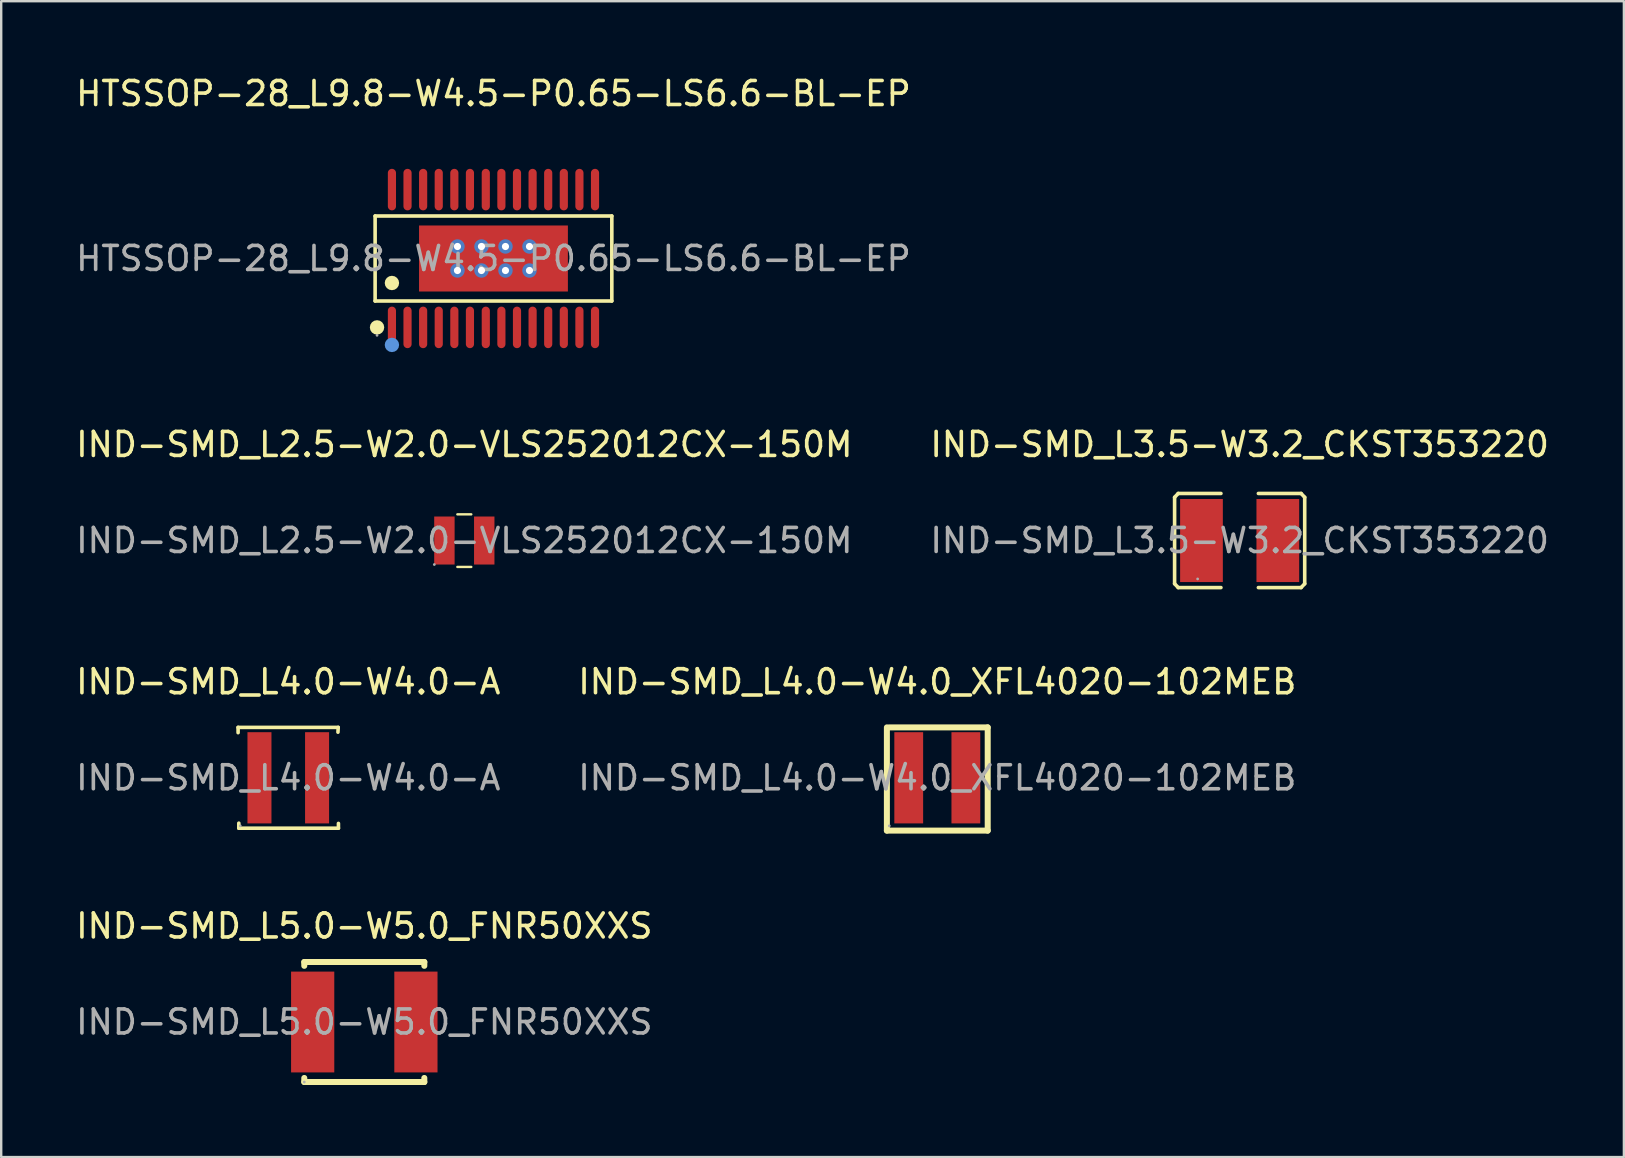
<source format=kicad_pcb>
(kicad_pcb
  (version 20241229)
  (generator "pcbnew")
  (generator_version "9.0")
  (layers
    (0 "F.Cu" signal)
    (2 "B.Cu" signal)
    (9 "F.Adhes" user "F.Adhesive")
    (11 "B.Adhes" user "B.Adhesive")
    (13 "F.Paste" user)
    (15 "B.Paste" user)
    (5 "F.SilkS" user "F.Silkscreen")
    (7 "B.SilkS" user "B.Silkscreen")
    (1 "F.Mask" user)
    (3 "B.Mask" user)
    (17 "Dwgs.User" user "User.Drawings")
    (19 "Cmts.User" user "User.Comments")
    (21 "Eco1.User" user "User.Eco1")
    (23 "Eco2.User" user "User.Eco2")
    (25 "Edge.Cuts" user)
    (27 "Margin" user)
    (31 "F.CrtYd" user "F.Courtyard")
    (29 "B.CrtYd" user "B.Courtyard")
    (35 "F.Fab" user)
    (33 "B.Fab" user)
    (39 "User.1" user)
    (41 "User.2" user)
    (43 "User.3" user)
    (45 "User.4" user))
  (footprint "IND-SMD_L4.0-W4.0-A"
    (layer "F.Cu")
    (at 8.958 29.35)
    (property "Reference" "IND-SMD_L4.0-W4.0-A" (at 0 -4 0) (layer "F.SilkS") (effects (font (size 1 1) (thickness 0.15))))
    (attr smd)
    (fp_line (start -2.09 -2.1) (end -2.09 -1.88) (stroke (width 0.15) (type solid)) (layer "F.SilkS"))
    (fp_line (start -2.06 1.89) (end -2.06 2.1) (stroke (width 0.15) (type solid)) (layer "F.SilkS"))
    (fp_line (start -2.06 2.1) (end 2.09 2.1) (stroke (width 0.15) (type solid)) (layer "F.SilkS"))
    (fp_line (start 2.07 -1.9) (end 2.08 -2.1) (stroke (width 0.15) (type solid)) (layer "F.SilkS"))
    (fp_line (start 2.08 -2.1) (end -2.09 -2.1) (stroke (width 0.15) (type solid)) (layer "F.SilkS"))
    (fp_line (start 2.09 2.1) (end 2.09 1.9) (stroke (width 0.15) (type solid)) (layer "F.SilkS"))
    (fp_circle (center -2 2) (end -1.97 2) (stroke (width 0.06) (type solid)) (fill no) (layer "F.Fab"))
    (fp_text user "${REFERENCE}" (at 0 0 0) (layer "F.Fab") (effects (font (size 1 1) (thickness 0.15))))
    (pad "1" smd rect (at -1.2 0) (size 1 3.8) (layers "F.Cu" "F.Mask" "F.Paste"))
    (pad "2" smd rect (at 1.2 0) (size 1 3.8) (layers "F.Cu" "F.Mask" "F.Paste")))
  (footprint "IND-SMD_L3.5-W3.2_CKST353220"
    (layer "F.Cu")
    (at 48.589 19.466)
    (property "Reference" "IND-SMD_L3.5-W3.2_CKST353220" (at 0 -4 0) (layer "F.SilkS") (effects (font (size 1 1) (thickness 0.15))))
    (attr smd)
    (fp_line (start -2.71 -1.8) (end -2.71 1.8) (stroke (width 0.15) (type solid)) (layer "F.SilkS"))
    (fp_line (start -2.71 1.8) (end -2.56 1.96) (stroke (width 0.15) (type solid)) (layer "F.SilkS"))
    (fp_line (start -2.56 -1.96) (end -2.71 -1.8) (stroke (width 0.15) (type solid)) (layer "F.SilkS"))
    (fp_line (start -2.56 1.96) (end -0.78 1.96) (stroke (width 0.15) (type solid)) (layer "F.SilkS"))
    (fp_line (start -0.78 -1.96) (end -2.56 -1.96) (stroke (width 0.15) (type solid)) (layer "F.SilkS"))
    (fp_line (start 0.78 -1.96) (end 2.56 -1.96) (stroke (width 0.15) (type solid)) (layer "F.SilkS"))
    (fp_line (start 2.56 -1.96) (end 2.71 -1.8) (stroke (width 0.15) (type solid)) (layer "F.SilkS"))
    (fp_line (start 2.56 1.96) (end 0.78 1.96) (stroke (width 0.15) (type solid)) (layer "F.SilkS"))
    (fp_line (start 2.71 -1.8) (end 2.71 1.8) (stroke (width 0.15) (type solid)) (layer "F.SilkS"))
    (fp_line (start 2.71 1.8) (end 2.56 1.96) (stroke (width 0.15) (type solid)) (layer "F.SilkS"))
    (fp_circle (center -1.75 1.6) (end -1.72 1.6) (stroke (width 0.06) (type solid)) (fill no) (layer "F.Fab"))
    (fp_text user "${REFERENCE}" (at 0 0 0) (layer "F.Fab") (effects (font (size 1 1) (thickness 0.15))))
    (pad "1" smd rect (at -1.59 0) (size 1.78 3.46) (layers "F.Cu" "F.Mask" "F.Paste"))
    (pad "2" smd rect (at 1.59 0) (size 1.78 3.46) (layers "F.Cu" "F.Mask" "F.Paste")))
  (footprint "IND-SMD_L5.0-W5.0_FNR50XXS"
    (layer "F.Cu")
    (at 12.125 39.523)
    (property "Reference" "IND-SMD_L5.0-W5.0_FNR50XXS" (at 0 -4 0) (layer "F.SilkS") (effects (font (size 1 1) (thickness 0.15))))
    (attr smd)
    (fp_line (start -2.5 -2.5) (end -2.5 -2.34) (stroke (width 0.25) (type solid)) (layer "F.SilkS"))
    (fp_line (start -2.5 -2.5) (end 2.5 -2.5) (stroke (width 0.25) (type solid)) (layer "F.SilkS"))
    (fp_line (start -2.5 2.33) (end -2.5 2.5) (stroke (width 0.25) (type solid)) (layer "F.SilkS"))
    (fp_line (start -2.5 2.5) (end 2.5 2.5) (stroke (width 0.25) (type solid)) (layer "F.SilkS"))
    (fp_line (start 2.5 -2.34) (end 2.5 -2.5) (stroke (width 0.25) (type solid)) (layer "F.SilkS"))
    (fp_line (start 2.5 2.5) (end 2.5 2.33) (stroke (width 0.25) (type solid)) (layer "F.SilkS"))
    (fp_circle (center -2.5 2.5) (end -2.47 2.5) (stroke (width 0.06) (type solid)) (fill no) (layer "F.Fab"))
    (fp_text user "${REFERENCE}" (at 0 0 0) (layer "F.Fab") (effects (font (size 1 1) (thickness 0.15))))
    (pad "1" smd rect (at -2.15 0) (size 1.8 4.2) (layers "F.Cu" "F.Mask" "F.Paste"))
    (pad "2" smd rect (at 2.15 0) (size 1.8 4.2) (layers "F.Cu" "F.Mask" "F.Paste")))
  (footprint "IND-SMD_L2.5-W2.0-VLS252012CX-150M"
    (layer "F.Cu")
    (at 16.292 19.466)
    (property "Reference" "IND-SMD_L2.5-W2.0-VLS252012CX-150M" (at 0 -4 0) (layer "F.SilkS") (effects (font (size 1 1) (thickness 0.15))))
    (attr smd)
    (fp_line (start -0.29 -1.09) (end 0.29 -1.09) (stroke (width 0.1) (type solid)) (layer "F.SilkS"))
    (fp_line (start 0.29 1.1) (end -0.29 1.1) (stroke (width 0.1) (type solid)) (layer "F.SilkS"))
    (fp_circle (center -1.25 1) (end -1.22 1) (stroke (width 0.06) (type solid)) (fill no) (layer "F.Fab"))
    (fp_text user "${REFERENCE}" (at 0 0 0) (layer "F.Fab") (effects (font (size 1 1) (thickness 0.15))))
    (pad "1" smd rect (at -0.83 0) (size 0.85 2) (layers "F.Cu" "F.Mask" "F.Paste"))
    (pad "2" smd rect (at 0.83 0) (size 0.85 2) (layers "F.Cu" "F.Mask" "F.Paste")))
  (footprint "IND-SMD_L4.0-W4.0_XFL4020-102MEB"
    (layer "F.Cu")
    (at 35.994 29.35)
    (property "Reference" "IND-SMD_L4.0-W4.0_XFL4020-102MEB" (at 0 -4 0) (layer "F.SilkS") (effects (font (size 1 1) (thickness 0.15))))
    (attr smd)
    (fp_line (start -2.1 2.2) (end -2.1 -2.1) (stroke (width 0.25) (type solid)) (layer "F.SilkS"))
    (fp_line (start -2 -2.1) (end 2.1 -2.1) (stroke (width 0.25) (type solid)) (layer "F.SilkS"))
    (fp_line (start 2.1 -2.1) (end 2.1 2.2) (stroke (width 0.25) (type solid)) (layer "F.SilkS"))
    (fp_line (start 2.1 2.2) (end -2.1 2.2) (stroke (width 0.25) (type solid)) (layer "F.SilkS"))
    (fp_circle (center -2 2) (end -1.97 2) (stroke (width 0.06) (type solid)) (fill no) (layer "F.Fab"))
    (fp_text user "${REFERENCE}" (at 0 0 0) (layer "F.Fab") (effects (font (size 1 1) (thickness 0.15))))
    (pad "1" smd rect (at -1.19 0) (size 1.2 3.8) (layers "F.Cu" "F.Mask" "F.Paste"))
    (pad "2" smd rect (at 1.19 0 180) (size 1.2 3.8) (layers "F.Cu" "F.Mask" "F.Paste")))
  (footprint "HTSSOP-28_L9.8-W4.5-P0.65-LS6.6-BL-EP"
    (layer "F.Cu")
    (at 17.506 7.718)
    (property "Reference" "HTSSOP-28_L9.8-W4.5-P0.65-LS6.6-BL-EP" (at 0 -6.87 0) (layer "F.SilkS") (effects (font (size 1 1) (thickness 0.15))))
    (attr smd)
    (fp_line (start -4.93 -1.77) (end 4.93 -1.77) (stroke (width 0.15) (type solid)) (layer "F.SilkS"))
    (fp_line (start -4.93 1.77) (end -4.93 -1.77) (stroke (width 0.15) (type solid)) (layer "F.SilkS"))
    (fp_line (start 4.93 -1.77) (end 4.93 1.77) (stroke (width 0.15) (type solid)) (layer "F.SilkS"))
    (fp_line (start 4.93 1.77) (end -4.93 1.77) (stroke (width 0.15) (type solid)) (layer "F.SilkS"))
    (fp_circle (center -4.85 2.87) (end -4.7 2.87) (stroke (width 0.3) (type solid)) (fill no) (layer "F.SilkS"))
    (fp_circle (center -4.23 1.02) (end -4.08 1.02) (stroke (width 0.3) (type solid)) (fill no) (layer "F.SilkS"))
    (fp_circle (center -4.23 3.6) (end -4.08 3.6) (stroke (width 0.3) (type solid)) (fill no) (layer "Cmts.User"))
    (fp_circle (center -4.85 3.2) (end -4.82 3.2) (stroke (width 0.06) (type solid)) (fill no) (layer "F.Fab"))
    (fp_text user "${REFERENCE}" (at 0 0 0) (layer "F.Fab") (effects (font (size 1 1) (thickness 0.15))))
    (pad "" thru_hole circle (at -1.5 -0.5) (size 0.6 0.6) (drill 0.3) (layers "*.Cu" "*.Paste" "*.Mask"))
    (pad "" thru_hole circle (at -1.5 0.5) (size 0.6 0.6) (drill 0.3) (layers "*.Cu" "*.Paste" "*.Mask"))
    (pad "" thru_hole circle (at -0.5 -0.5) (size 0.6 0.6) (drill 0.3) (layers "*.Cu" "*.Paste" "*.Mask"))
    (pad "" thru_hole circle (at -0.5 0.5) (size 0.6 0.6) (drill 0.3) (layers "*.Cu" "*.Paste" "*.Mask"))
    (pad "" thru_hole circle (at 0.5 -0.5) (size 0.6 0.6) (drill 0.3) (layers "*.Cu" "*.Paste" "*.Mask"))
    (pad "" thru_hole circle (at 0.5 0.5) (size 0.6 0.6) (drill 0.3) (layers "*.Cu" "*.Paste" "*.Mask"))
    (pad "" thru_hole circle (at 1.5 -0.5) (size 0.6 0.6) (drill 0.3) (layers "*.Cu" "*.Paste" "*.Mask"))
    (pad "" thru_hole circle (at 1.5 0.5) (size 0.6 0.6) (drill 0.3) (layers "*.Cu" "*.Paste" "*.Mask"))
    (pad "1" smd oval (at -4.23 2.87) (size 0.34 1.73) (layers "F.Cu" "F.Mask" "F.Paste"))
    (pad "2" smd oval (at -3.58 2.87) (size 0.34 1.73) (layers "F.Cu" "F.Mask" "F.Paste"))
    (pad "3" smd oval (at -2.93 2.87) (size 0.34 1.73) (layers "F.Cu" "F.Mask" "F.Paste"))
    (pad "4" smd oval (at -2.28 2.87) (size 0.34 1.73) (layers "F.Cu" "F.Mask" "F.Paste"))
    (pad "5" smd oval (at -1.63 2.87) (size 0.34 1.73) (layers "F.Cu" "F.Mask" "F.Paste"))
    (pad "6" smd oval (at -0.98 2.87) (size 0.34 1.73) (layers "F.Cu" "F.Mask" "F.Paste"))
    (pad "7" smd oval (at -0.32 2.87) (size 0.34 1.73) (layers "F.Cu" "F.Mask" "F.Paste"))
    (pad "8" smd oval (at 0.33 2.87) (size 0.34 1.73) (layers "F.Cu" "F.Mask" "F.Paste"))
    (pad "9" smd oval (at 0.98 2.87) (size 0.34 1.73) (layers "F.Cu" "F.Mask" "F.Paste"))
    (pad "10" smd oval (at 1.63 2.87) (size 0.34 1.73) (layers "F.Cu" "F.Mask" "F.Paste"))
    (pad "11" smd oval (at 2.28 2.87) (size 0.34 1.73) (layers "F.Cu" "F.Mask" "F.Paste"))
    (pad "12" smd oval (at 2.93 2.87) (size 0.34 1.73) (layers "F.Cu" "F.Mask" "F.Paste"))
    (pad "13" smd oval (at 3.58 2.87) (size 0.34 1.73) (layers "F.Cu" "F.Mask" "F.Paste"))
    (pad "14" smd oval (at 4.23 2.87) (size 0.34 1.73) (layers "F.Cu" "F.Mask" "F.Paste"))
    (pad "15" smd oval (at 4.23 -2.87) (size 0.34 1.73) (layers "F.Cu" "F.Mask" "F.Paste"))
    (pad "16" smd oval (at 3.58 -2.87) (size 0.34 1.73) (layers "F.Cu" "F.Mask" "F.Paste"))
    (pad "17" smd oval (at 2.93 -2.87) (size 0.34 1.73) (layers "F.Cu" "F.Mask" "F.Paste"))
    (pad "18" smd oval (at 2.28 -2.87) (size 0.34 1.73) (layers "F.Cu" "F.Mask" "F.Paste"))
    (pad "19" smd oval (at 1.63 -2.87) (size 0.34 1.73) (layers "F.Cu" "F.Mask" "F.Paste"))
    (pad "20" smd oval (at 0.98 -2.87) (size 0.34 1.73) (layers "F.Cu" "F.Mask" "F.Paste"))
    (pad "21" smd oval (at 0.33 -2.87) (size 0.34 1.73) (layers "F.Cu" "F.Mask" "F.Paste"))
    (pad "22" smd oval (at -0.32 -2.87) (size 0.34 1.73) (layers "F.Cu" "F.Mask" "F.Paste"))
    (pad "23" smd oval (at -0.98 -2.87) (size 0.34 1.73) (layers "F.Cu" "F.Mask" "F.Paste"))
    (pad "24" smd oval (at -1.63 -2.87) (size 0.34 1.73) (layers "F.Cu" "F.Mask" "F.Paste"))
    (pad "25" smd oval (at -2.28 -2.87) (size 0.34 1.73) (layers "F.Cu" "F.Mask" "F.Paste"))
    (pad "26" smd oval (at -2.93 -2.87) (size 0.34 1.73) (layers "F.Cu" "F.Mask" "F.Paste"))
    (pad "27" smd oval (at -3.58 -2.87) (size 0.34 1.73) (layers "F.Cu" "F.Mask" "F.Paste"))
    (pad "28" smd oval (at -4.23 -2.87) (size 0.34 1.73) (layers "F.Cu" "F.Mask" "F.Paste"))
    (pad "29" smd rect (at 0 0) (size 6.2 2.75) (layers "F.Cu" "F.Mask" "F.Paste")))
  (gr_rect
    (start -3 -3)
    (end 64.595 45.148)
    (stroke (width 0.1) (type default))
    (fill no)
    (layer "Edge.Cuts")))
</source>
